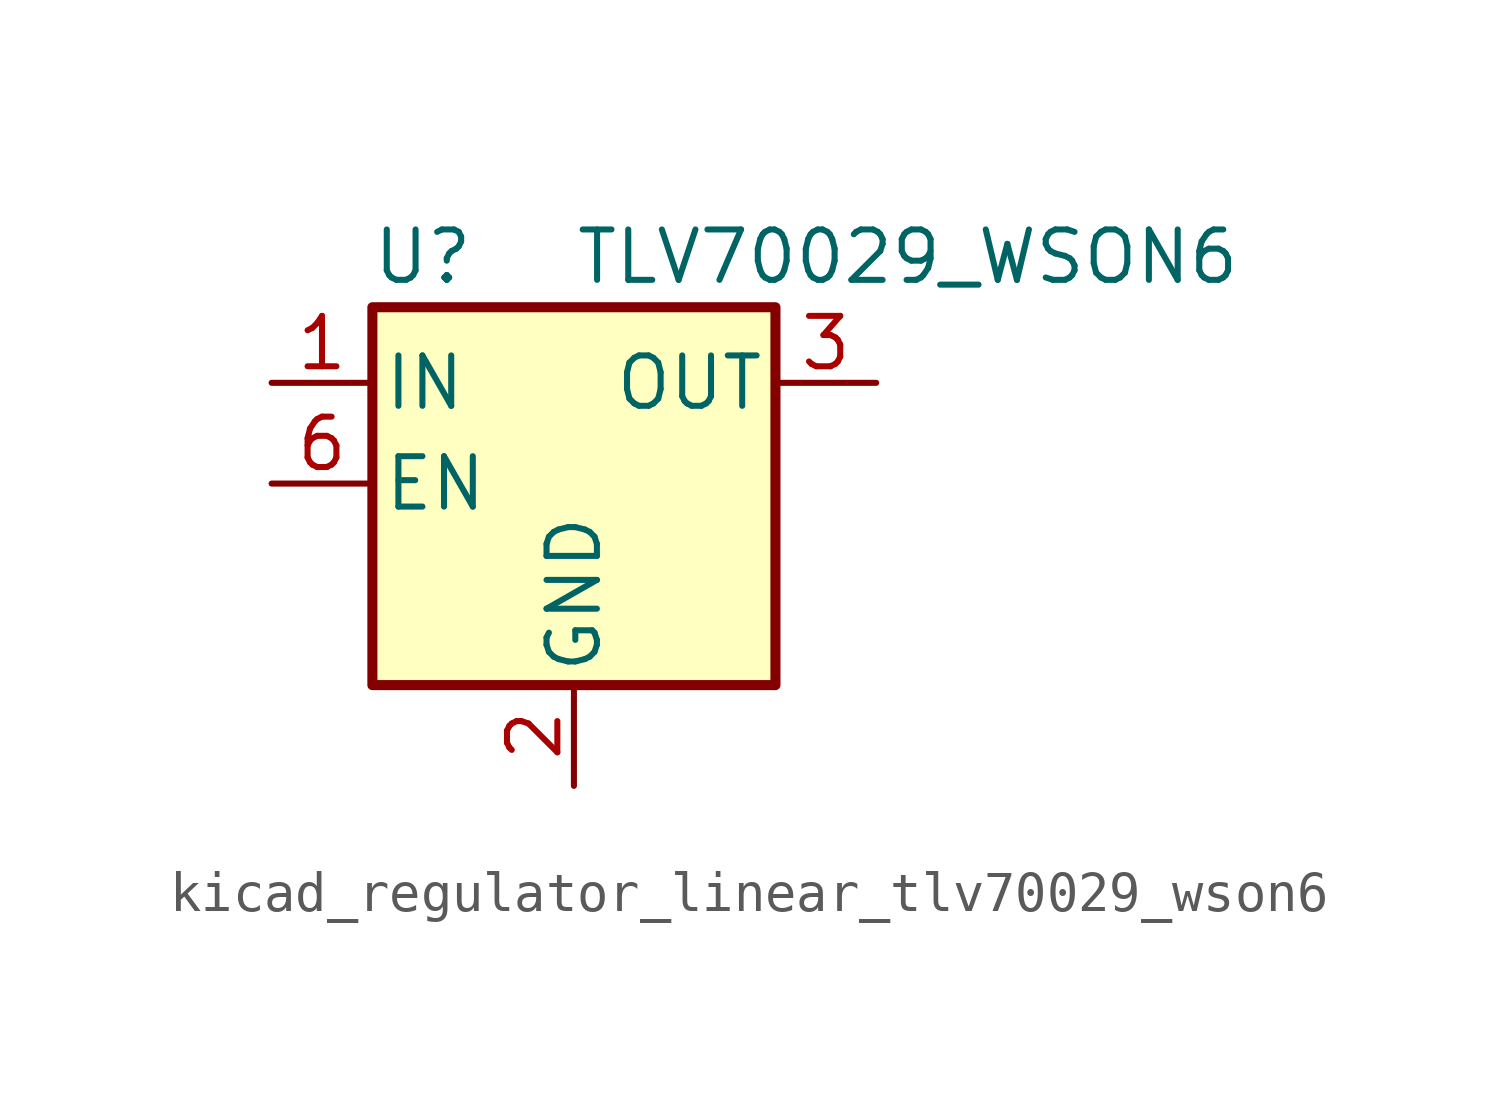
<source format=kicad_sym>
(kicad_symbol_lib
  (version 20220914)
  (generator kicad_symbol_editor)
  (symbol "kicad_regulator_linear_tlv70029_wson6"
    (pin_names
      (offset 0.254))
    (property "Reference" "U"
      (at -3.81 5.715 0)
      (effects (font (size 1.27 1.27))))
    (property "Value" "TLV70029_WSON6"
      (at 0 5.715 0)
      (effects (font (size 1.27 1.27)) (justify left)))
    (symbol "kicad_regulator_linear_tlv70029_wson6_0_1"
      (rectangle (start -5.08 4.445) (end 5.08 -5.08) (stroke (width 0.254) (type default)) (fill (type background))))
    (symbol "kicad_regulator_linear_tlv70029_wson6_1_1"
      (pin power_in line (at -7.62 2.54 0) (length 2.54) (name "IN" (effects (font (size 1.27 1.27)))) (number "1" (effects (font (size 1.27 1.27)))))
      (pin power_in line (at 0 -7.62 90) (length 2.54) (name "GND" (effects (font (size 1.27 1.27)))) (number "2" (effects (font (size 1.27 1.27)))))
      (pin power_out line (at 7.62 2.54 180) (length 2.54) (name "OUT" (effects (font (size 1.27 1.27)))) (number "3" (effects (font (size 1.27 1.27)))))
      (pin no_connect line (at 7.62 0 180) (length 2.54) hide (name "NC" (effects (font (size 1.27 1.27)))) (number "4" (effects (font (size 1.27 1.27)))))
      (pin no_connect line (at -2.54 -5.08 90) (length 2.54) hide (name "NC" (effects (font (size 1.27 1.27)))) (number "5" (effects (font (size 1.27 1.27)))))
      (pin input line (at -7.62 0 0) (length 2.54) (name "EN" (effects (font (size 1.27 1.27)))) (number "6" (effects (font (size 1.27 1.27))))))))
</source>
